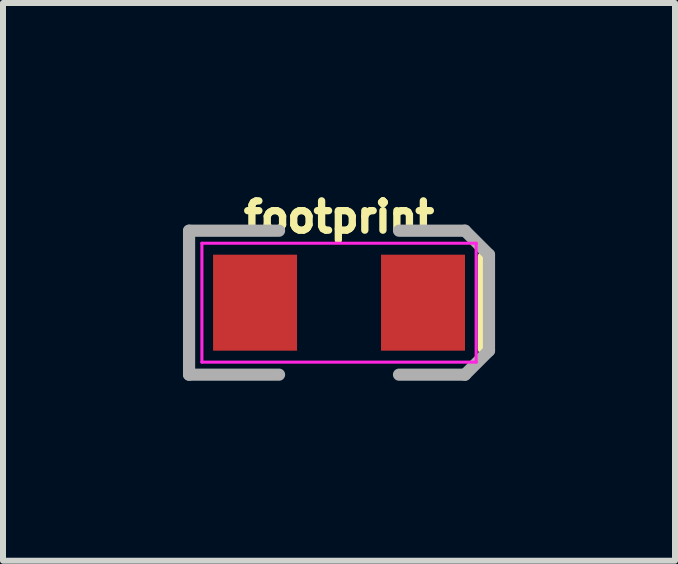
<source format=kicad_pcb>
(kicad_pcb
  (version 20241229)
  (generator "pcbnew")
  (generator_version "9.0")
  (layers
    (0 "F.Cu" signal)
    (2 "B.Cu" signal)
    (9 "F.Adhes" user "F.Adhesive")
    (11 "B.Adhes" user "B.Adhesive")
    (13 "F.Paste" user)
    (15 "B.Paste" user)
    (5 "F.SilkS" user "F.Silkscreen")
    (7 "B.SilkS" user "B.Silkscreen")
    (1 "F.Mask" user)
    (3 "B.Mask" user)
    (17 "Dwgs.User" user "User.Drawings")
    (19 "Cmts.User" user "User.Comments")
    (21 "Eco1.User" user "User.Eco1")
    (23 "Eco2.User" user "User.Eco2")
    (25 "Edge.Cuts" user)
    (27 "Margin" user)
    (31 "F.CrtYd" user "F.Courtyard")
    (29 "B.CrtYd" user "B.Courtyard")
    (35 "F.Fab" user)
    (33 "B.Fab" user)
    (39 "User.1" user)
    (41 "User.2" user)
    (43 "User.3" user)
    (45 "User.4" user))
  (footprint "footprint"
    (layer "F.Cu")
    (at 2.602 1.996)
    (property "Reference" "footprint" (at 0 -1.143 0) (layer "F.SilkS") (effects (font (size 0.488 0.488) (thickness 0.122)) (justify bottom)))
    (fp_line (start 2.413 -0.762) (end 2.413 0.762) (stroke (width 0.203) (type solid)) (layer "F.SilkS"))
    (fp_line (start -2.286 -0.991) (end 2.286 -0.991) (stroke (width 0.051) (type solid)) (layer "F.CrtYd"))
    (fp_line (start -2.286 0.991) (end -2.286 -0.991) (stroke (width 0.051) (type solid)) (layer "F.CrtYd"))
    (fp_line (start 2.286 -0.991) (end 2.286 0.991) (stroke (width 0.051) (type solid)) (layer "F.CrtYd"))
    (fp_line (start 2.286 0.991) (end -2.286 0.991) (stroke (width 0.051) (type solid)) (layer "F.CrtYd"))
    (fp_line (start -2.5 -1.2) (end -1 -1.2) (stroke (width 0.203) (type solid)) (layer "F.Fab"))
    (fp_line (start -2.5 1.2) (end -2.5 -1.2) (stroke (width 0.203) (type solid)) (layer "F.Fab"))
    (fp_line (start -1 1.2) (end -2.5 1.2) (stroke (width 0.203) (type solid)) (layer "F.Fab"))
    (fp_line (start 1 1.2) (end 2.1 1.2) (stroke (width 0.203) (type solid)) (layer "F.Fab"))
    (fp_line (start 2.1 -1.2) (end 1 -1.2) (stroke (width 0.203) (type solid)) (layer "F.Fab"))
    (fp_line (start 2.1 1.2) (end 2.5 0.8) (stroke (width 0.203) (type solid)) (layer "F.Fab"))
    (fp_line (start 2.5 -0.8) (end 2.1 -1.2) (stroke (width 0.203) (type solid)) (layer "F.Fab"))
    (fp_line (start 2.5 0.8) (end 2.5 -0.8) (stroke (width 0.203) (type solid)) (layer "F.Fab"))
    (pad "+" smd rect (at 1.4 0 90) (size 1.6 1.4) (layers "F.Cu" "F.Mask" "F.Paste"))
    (pad "-" smd rect (at -1.4 0 90) (size 1.6 1.4) (layers "F.Cu" "F.Mask" "F.Paste")))
  (gr_rect
    (start -3 -3)
    (end 8.203 6.298)
    (stroke (width 0.1) (type default))
    (fill no)
    (layer "Edge.Cuts")))
</source>
